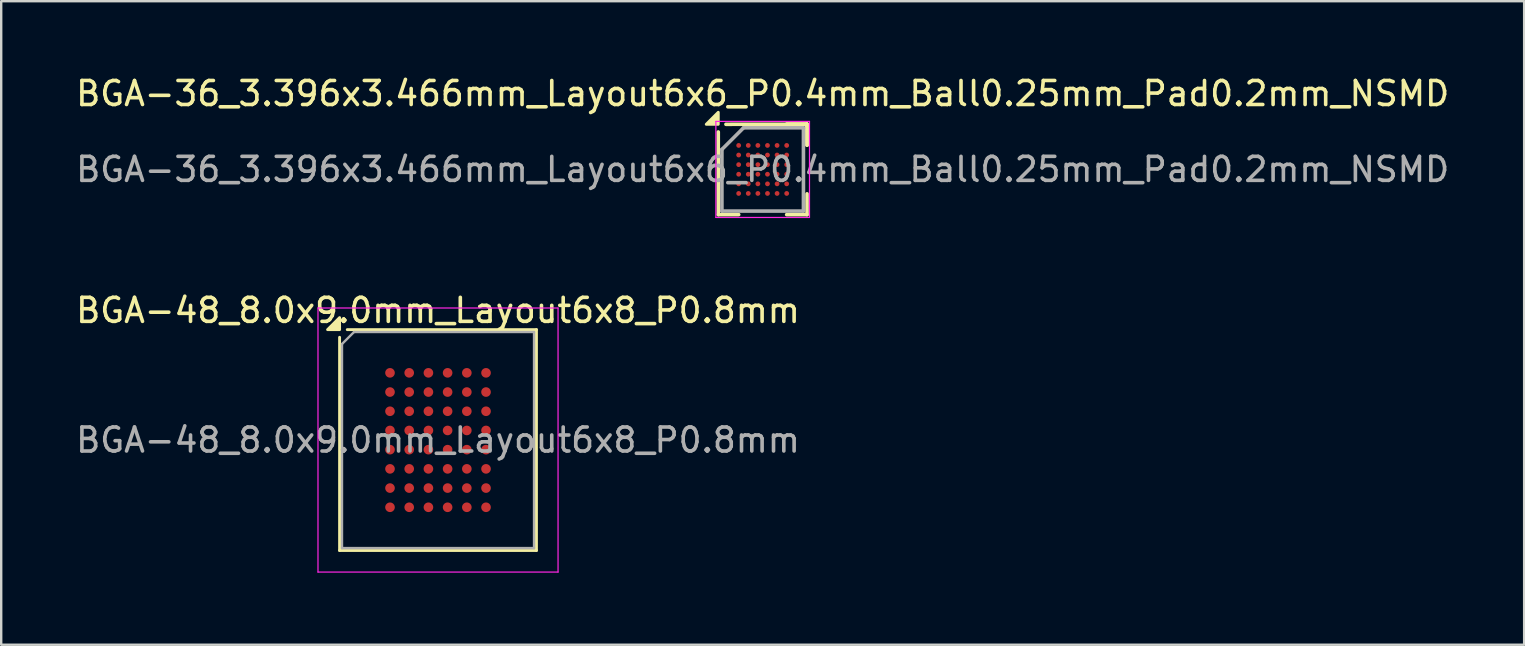
<source format=kicad_pcb>
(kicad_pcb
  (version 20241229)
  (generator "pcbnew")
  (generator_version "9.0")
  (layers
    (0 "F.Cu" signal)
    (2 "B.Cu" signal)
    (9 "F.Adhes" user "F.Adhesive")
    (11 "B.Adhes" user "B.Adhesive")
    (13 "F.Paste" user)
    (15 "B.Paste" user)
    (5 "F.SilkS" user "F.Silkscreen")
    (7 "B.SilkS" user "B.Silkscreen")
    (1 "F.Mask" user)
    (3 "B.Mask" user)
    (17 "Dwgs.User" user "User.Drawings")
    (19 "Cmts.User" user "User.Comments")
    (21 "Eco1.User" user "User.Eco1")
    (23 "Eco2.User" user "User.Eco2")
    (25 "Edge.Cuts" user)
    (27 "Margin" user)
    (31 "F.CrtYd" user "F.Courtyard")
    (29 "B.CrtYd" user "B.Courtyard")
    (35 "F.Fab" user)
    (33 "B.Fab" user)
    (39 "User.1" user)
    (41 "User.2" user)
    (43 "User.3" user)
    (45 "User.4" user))
  (footprint "BGA-36_3.396x3.466mm_Layout6x6_P0.4mm_Ball0.25mm_Pad0.2mm_NSMD"
    (layer "F.Cu")
    (at 28.72 4.008)
    (property "Reference" "BGA-36_3.396x3.466mm_Layout6x6_P0.4mm_Ball0.25mm_Pad0.2mm_NSMD" (at 0 -3.16 0) (layer "F.SilkS") (effects (font (size 1 1) (thickness 0.15))))
    (attr smd)
    (fp_line (start -1.848 1.883) (end -1.85 -1.56) (stroke (width 0.15) (type solid)) (layer "F.SilkS"))
    (fp_line (start -1.53 -1.88) (end 1.848 -1.883) (stroke (width 0.15) (type solid)) (layer "F.SilkS"))
    (fp_line (start -0.999 1.883) (end -1.848 1.883) (stroke (width 0.15) (type solid)) (layer "F.SilkS"))
    (fp_line (start 0.999 -1.883) (end 1.848 -1.883) (stroke (width 0.15) (type solid)) (layer "F.SilkS"))
    (fp_line (start 0.999 -1.883) (end 1.848 -1.883) (stroke (width 0.15) (type solid)) (layer "F.SilkS"))
    (fp_line (start 0.999 1.883) (end 1.848 1.883) (stroke (width 0.15) (type solid)) (layer "F.SilkS"))
    (fp_line (start 1.848 -1.883) (end 1.848 -1.016) (stroke (width 0.15) (type solid)) (layer "F.SilkS"))
    (fp_line (start 1.848 -1.883) (end 1.848 -1.016) (stroke (width 0.15) (type solid)) (layer "F.SilkS"))
    (fp_line (start 1.848 -1.883) (end 1.848 -1.016) (stroke (width 0.15) (type solid)) (layer "F.SilkS"))
    (fp_line (start 1.848 1.883) (end 1.848 1.016) (stroke (width 0.15) (type solid)) (layer "F.SilkS"))
    (fp_poly (pts (xy -1.85 -1.88) (xy -2.35 -1.88) (xy -1.85 -2.38) (xy -1.85 -1.88)) (stroke (width 0.12) (type solid)) (fill yes) (layer "F.SilkS"))
    (fp_line (start -1.95 -2) (end 1.95 -2) (stroke (width 0.05) (type solid)) (layer "F.CrtYd"))
    (fp_line (start -1.95 2) (end -1.95 -2) (stroke (width 0.05) (type solid)) (layer "F.CrtYd"))
    (fp_line (start 1.95 -2) (end 1.95 2) (stroke (width 0.05) (type solid)) (layer "F.CrtYd"))
    (fp_line (start 1.95 2) (end -1.95 2) (stroke (width 0.05) (type solid)) (layer "F.CrtYd"))
    (fp_line (start -1.698 -0.833) (end -1.698 1.733) (stroke (width 0.15) (type solid)) (layer "F.Fab"))
    (fp_line (start -1.698 1.733) (end 1.698 1.733) (stroke (width 0.15) (type solid)) (layer "F.Fab"))
    (fp_line (start -0.798 -1.733) (end -1.698 -0.833) (stroke (width 0.15) (type solid)) (layer "F.Fab"))
    (fp_line (start 1.698 -1.733) (end -0.798 -1.733) (stroke (width 0.15) (type solid)) (layer "F.Fab"))
    (fp_line (start 1.698 1.733) (end 1.698 -1.733) (stroke (width 0.15) (type solid)) (layer "F.Fab"))
    (fp_text user "${REFERENCE}" (at 0 0 0) (layer "F.Fab") (effects (font (size 1 1) (thickness 0.15))))
    (pad "A1" smd circle (at -1 -1) (size 0.2 0.2) (property pad_prop_bga) (layers "F.Cu" "F.Mask" "F.Paste"))
    (pad "A2" smd circle (at -0.6 -1) (size 0.2 0.2) (property pad_prop_bga) (layers "F.Cu" "F.Mask" "F.Paste"))
    (pad "A3" smd circle (at -0.2 -1) (size 0.2 0.2) (property pad_prop_bga) (layers "F.Cu" "F.Mask" "F.Paste"))
    (pad "A4" smd circle (at 0.2 -1) (size 0.2 0.2) (property pad_prop_bga) (layers "F.Cu" "F.Mask" "F.Paste"))
    (pad "A5" smd circle (at 0.6 -1) (size 0.2 0.2) (property pad_prop_bga) (layers "F.Cu" "F.Mask" "F.Paste"))
    (pad "A6" smd circle (at 1 -1) (size 0.2 0.2) (property pad_prop_bga) (layers "F.Cu" "F.Mask" "F.Paste"))
    (pad "B1" smd circle (at -1 -0.6) (size 0.2 0.2) (property pad_prop_bga) (layers "F.Cu" "F.Mask" "F.Paste"))
    (pad "B2" smd circle (at -0.6 -0.6) (size 0.2 0.2) (property pad_prop_bga) (layers "F.Cu" "F.Mask" "F.Paste"))
    (pad "B3" smd circle (at -0.2 -0.6) (size 0.2 0.2) (property pad_prop_bga) (layers "F.Cu" "F.Mask" "F.Paste"))
    (pad "B4" smd circle (at 0.2 -0.6) (size 0.2 0.2) (property pad_prop_bga) (layers "F.Cu" "F.Mask" "F.Paste"))
    (pad "B5" smd circle (at 0.6 -0.6) (size 0.2 0.2) (property pad_prop_bga) (layers "F.Cu" "F.Mask" "F.Paste"))
    (pad "B6" smd circle (at 1 -0.6) (size 0.2 0.2) (property pad_prop_bga) (layers "F.Cu" "F.Mask" "F.Paste"))
    (pad "C1" smd circle (at -1 -0.2) (size 0.2 0.2) (property pad_prop_bga) (layers "F.Cu" "F.Mask" "F.Paste"))
    (pad "C2" smd circle (at -0.6 -0.2) (size 0.2 0.2) (property pad_prop_bga) (layers "F.Cu" "F.Mask" "F.Paste"))
    (pad "C3" smd circle (at -0.2 -0.2) (size 0.2 0.2) (property pad_prop_bga) (layers "F.Cu" "F.Mask" "F.Paste"))
    (pad "C4" smd circle (at 0.2 -0.2) (size 0.2 0.2) (property pad_prop_bga) (layers "F.Cu" "F.Mask" "F.Paste"))
    (pad "C5" smd circle (at 0.6 -0.2) (size 0.2 0.2) (property pad_prop_bga) (layers "F.Cu" "F.Mask" "F.Paste"))
    (pad "C6" smd circle (at 1 -0.2) (size 0.2 0.2) (property pad_prop_bga) (layers "F.Cu" "F.Mask" "F.Paste"))
    (pad "D1" smd circle (at -1 0.2) (size 0.2 0.2) (property pad_prop_bga) (layers "F.Cu" "F.Mask" "F.Paste"))
    (pad "D2" smd circle (at -0.6 0.2) (size 0.2 0.2) (property pad_prop_bga) (layers "F.Cu" "F.Mask" "F.Paste"))
    (pad "D3" smd circle (at -0.2 0.2) (size 0.2 0.2) (property pad_prop_bga) (layers "F.Cu" "F.Mask" "F.Paste"))
    (pad "D4" smd circle (at 0.2 0.2) (size 0.2 0.2) (property pad_prop_bga) (layers "F.Cu" "F.Mask" "F.Paste"))
    (pad "D5" smd circle (at 0.6 0.2) (size 0.2 0.2) (property pad_prop_bga) (layers "F.Cu" "F.Mask" "F.Paste"))
    (pad "D6" smd circle (at 1 0.2) (size 0.2 0.2) (property pad_prop_bga) (layers "F.Cu" "F.Mask" "F.Paste"))
    (pad "E1" smd circle (at -1 0.6) (size 0.2 0.2) (property pad_prop_bga) (layers "F.Cu" "F.Mask" "F.Paste"))
    (pad "E2" smd circle (at -0.6 0.6) (size 0.2 0.2) (property pad_prop_bga) (layers "F.Cu" "F.Mask" "F.Paste"))
    (pad "E3" smd circle (at -0.2 0.6) (size 0.2 0.2) (property pad_prop_bga) (layers "F.Cu" "F.Mask" "F.Paste"))
    (pad "E4" smd circle (at 0.2 0.6) (size 0.2 0.2) (property pad_prop_bga) (layers "F.Cu" "F.Mask" "F.Paste"))
    (pad "E5" smd circle (at 0.6 0.6) (size 0.2 0.2) (property pad_prop_bga) (layers "F.Cu" "F.Mask" "F.Paste"))
    (pad "E6" smd circle (at 1 0.6) (size 0.2 0.2) (property pad_prop_bga) (layers "F.Cu" "F.Mask" "F.Paste"))
    (pad "F1" smd circle (at -1 1) (size 0.2 0.2) (property pad_prop_bga) (layers "F.Cu" "F.Mask" "F.Paste"))
    (pad "F2" smd circle (at -0.6 1) (size 0.2 0.2) (property pad_prop_bga) (layers "F.Cu" "F.Mask" "F.Paste"))
    (pad "F3" smd circle (at -0.2 1) (size 0.2 0.2) (property pad_prop_bga) (layers "F.Cu" "F.Mask" "F.Paste"))
    (pad "F4" smd circle (at 0.2 1) (size 0.2 0.2) (property pad_prop_bga) (layers "F.Cu" "F.Mask" "F.Paste"))
    (pad "F5" smd circle (at 0.6 1) (size 0.2 0.2) (property pad_prop_bga) (layers "F.Cu" "F.Mask" "F.Paste"))
    (pad "F6" smd circle (at 1 1) (size 0.2 0.2) (property pad_prop_bga) (layers "F.Cu" "F.Mask" "F.Paste")))
  (footprint "BGA-48_8.0x9.0mm_Layout6x8_P0.8mm"
    (layer "F.Cu")
    (at 15.196 15.281)
    (property "Reference" "BGA-48_8.0x9.0mm_Layout6x8_P0.8mm" (at 0 -5.4 0) (layer "F.SilkS") (effects (font (size 1 1) (thickness 0.15))))
    (attr smd)
    (fp_line (start -4.1 4.6) (end -4.1 -4.28) (stroke (width 0.12) (type solid)) (layer "F.SilkS"))
    (fp_line (start -3.78 -4.6) (end 4.1 -4.6) (stroke (width 0.12) (type solid)) (layer "F.SilkS"))
    (fp_line (start 4.1 -4.6) (end 4.1 4.6) (stroke (width 0.12) (type solid)) (layer "F.SilkS"))
    (fp_line (start 4.1 4.6) (end -4.1 4.6) (stroke (width 0.12) (type solid)) (layer "F.SilkS"))
    (fp_poly (pts (xy -4.1 -4.6) (xy -4.6 -4.6) (xy -4.1 -5.1) (xy -4.1 -4.6)) (stroke (width 0.12) (type solid)) (fill yes) (layer "F.SilkS"))
    (fp_line (start -5 -5.5) (end -5 5.5) (stroke (width 0.05) (type solid)) (layer "F.CrtYd"))
    (fp_line (start -5 -5.5) (end 5 -5.5) (stroke (width 0.05) (type solid)) (layer "F.CrtYd"))
    (fp_line (start 5 5.5) (end -5 5.5) (stroke (width 0.05) (type solid)) (layer "F.CrtYd"))
    (fp_line (start 5 5.5) (end 5 -5.5) (stroke (width 0.05) (type solid)) (layer "F.CrtYd"))
    (fp_line (start -4 -4) (end -3.5 -4.5) (stroke (width 0.1) (type solid)) (layer "F.Fab"))
    (fp_line (start -4 4.5) (end -4 -4) (stroke (width 0.1) (type solid)) (layer "F.Fab"))
    (fp_line (start -3.5 -4.5) (end 4 -4.5) (stroke (width 0.1) (type solid)) (layer "F.Fab"))
    (fp_line (start 4 -4.5) (end 4 4.5) (stroke (width 0.1) (type solid)) (layer "F.Fab"))
    (fp_line (start 4 4.5) (end -4 4.5) (stroke (width 0.1) (type solid)) (layer "F.Fab"))
    (fp_text user "${REFERENCE}" (at 0 0 0) (layer "F.Fab") (effects (font (size 1 1) (thickness 0.15))))
    (pad "A1" smd circle (at -2 -2.8) (size 0.4 0.4) (property pad_prop_bga) (layers "F.Cu" "F.Mask" "F.Paste"))
    (pad "A2" smd circle (at -1.2 -2.8) (size 0.4 0.4) (property pad_prop_bga) (layers "F.Cu" "F.Mask" "F.Paste"))
    (pad "A3" smd circle (at -0.4 -2.8) (size 0.4 0.4) (property pad_prop_bga) (layers "F.Cu" "F.Mask" "F.Paste"))
    (pad "A4" smd circle (at 0.4 -2.8) (size 0.4 0.4) (property pad_prop_bga) (layers "F.Cu" "F.Mask" "F.Paste"))
    (pad "A5" smd circle (at 1.2 -2.8) (size 0.4 0.4) (property pad_prop_bga) (layers "F.Cu" "F.Mask" "F.Paste"))
    (pad "A6" smd circle (at 2 -2.8) (size 0.4 0.4) (property pad_prop_bga) (layers "F.Cu" "F.Mask" "F.Paste"))
    (pad "B1" smd circle (at -2 -2) (size 0.4 0.4) (property pad_prop_bga) (layers "F.Cu" "F.Mask" "F.Paste"))
    (pad "B2" smd circle (at -1.2 -2) (size 0.4 0.4) (property pad_prop_bga) (layers "F.Cu" "F.Mask" "F.Paste"))
    (pad "B3" smd circle (at -0.4 -2) (size 0.4 0.4) (property pad_prop_bga) (layers "F.Cu" "F.Mask" "F.Paste"))
    (pad "B4" smd circle (at 0.4 -2) (size 0.4 0.4) (property pad_prop_bga) (layers "F.Cu" "F.Mask" "F.Paste"))
    (pad "B5" smd circle (at 1.2 -2) (size 0.4 0.4) (property pad_prop_bga) (layers "F.Cu" "F.Mask" "F.Paste"))
    (pad "B6" smd circle (at 2 -2) (size 0.4 0.4) (property pad_prop_bga) (layers "F.Cu" "F.Mask" "F.Paste"))
    (pad "C1" smd circle (at -2 -1.2) (size 0.4 0.4) (property pad_prop_bga) (layers "F.Cu" "F.Mask" "F.Paste"))
    (pad "C2" smd circle (at -1.2 -1.2) (size 0.4 0.4) (property pad_prop_bga) (layers "F.Cu" "F.Mask" "F.Paste"))
    (pad "C3" smd circle (at -0.4 -1.2) (size 0.4 0.4) (property pad_prop_bga) (layers "F.Cu" "F.Mask" "F.Paste"))
    (pad "C4" smd circle (at 0.4 -1.2) (size 0.4 0.4) (property pad_prop_bga) (layers "F.Cu" "F.Mask" "F.Paste"))
    (pad "C5" smd circle (at 1.2 -1.2) (size 0.4 0.4) (property pad_prop_bga) (layers "F.Cu" "F.Mask" "F.Paste"))
    (pad "C6" smd circle (at 2 -1.2) (size 0.4 0.4) (property pad_prop_bga) (layers "F.Cu" "F.Mask" "F.Paste"))
    (pad "D1" smd circle (at -2 -0.4) (size 0.4 0.4) (property pad_prop_bga) (layers "F.Cu" "F.Mask" "F.Paste"))
    (pad "D2" smd circle (at -1.2 -0.4) (size 0.4 0.4) (property pad_prop_bga) (layers "F.Cu" "F.Mask" "F.Paste"))
    (pad "D3" smd circle (at -0.4 -0.4) (size 0.4 0.4) (property pad_prop_bga) (layers "F.Cu" "F.Mask" "F.Paste"))
    (pad "D4" smd circle (at 0.4 -0.4) (size 0.4 0.4) (property pad_prop_bga) (layers "F.Cu" "F.Mask" "F.Paste"))
    (pad "D5" smd circle (at 1.2 -0.4) (size 0.4 0.4) (property pad_prop_bga) (layers "F.Cu" "F.Mask" "F.Paste"))
    (pad "D6" smd circle (at 2 -0.4) (size 0.4 0.4) (property pad_prop_bga) (layers "F.Cu" "F.Mask" "F.Paste"))
    (pad "E1" smd circle (at -2 0.4) (size 0.4 0.4) (property pad_prop_bga) (layers "F.Cu" "F.Mask" "F.Paste"))
    (pad "E2" smd circle (at -1.2 0.4) (size 0.4 0.4) (property pad_prop_bga) (layers "F.Cu" "F.Mask" "F.Paste"))
    (pad "E3" smd circle (at -0.4 0.4) (size 0.4 0.4) (property pad_prop_bga) (layers "F.Cu" "F.Mask" "F.Paste"))
    (pad "E4" smd circle (at 0.4 0.4) (size 0.4 0.4) (property pad_prop_bga) (layers "F.Cu" "F.Mask" "F.Paste"))
    (pad "E5" smd circle (at 1.2 0.4) (size 0.4 0.4) (property pad_prop_bga) (layers "F.Cu" "F.Mask" "F.Paste"))
    (pad "E6" smd circle (at 2 0.4) (size 0.4 0.4) (property pad_prop_bga) (layers "F.Cu" "F.Mask" "F.Paste"))
    (pad "F1" smd circle (at -2 1.2) (size 0.4 0.4) (property pad_prop_bga) (layers "F.Cu" "F.Mask" "F.Paste"))
    (pad "F2" smd circle (at -1.2 1.2) (size 0.4 0.4) (property pad_prop_bga) (layers "F.Cu" "F.Mask" "F.Paste"))
    (pad "F3" smd circle (at -0.4 1.2) (size 0.4 0.4) (property pad_prop_bga) (layers "F.Cu" "F.Mask" "F.Paste"))
    (pad "F4" smd circle (at 0.4 1.2) (size 0.4 0.4) (property pad_prop_bga) (layers "F.Cu" "F.Mask" "F.Paste"))
    (pad "F5" smd circle (at 1.2 1.2) (size 0.4 0.4) (property pad_prop_bga) (layers "F.Cu" "F.Mask" "F.Paste"))
    (pad "F6" smd circle (at 2 1.2) (size 0.4 0.4) (property pad_prop_bga) (layers "F.Cu" "F.Mask" "F.Paste"))
    (pad "G1" smd circle (at -2 2) (size 0.4 0.4) (property pad_prop_bga) (layers "F.Cu" "F.Mask" "F.Paste"))
    (pad "G2" smd circle (at -1.2 2) (size 0.4 0.4) (property pad_prop_bga) (layers "F.Cu" "F.Mask" "F.Paste"))
    (pad "G3" smd circle (at -0.4 2) (size 0.4 0.4) (property pad_prop_bga) (layers "F.Cu" "F.Mask" "F.Paste"))
    (pad "G4" smd circle (at 0.4 2) (size 0.4 0.4) (property pad_prop_bga) (layers "F.Cu" "F.Mask" "F.Paste"))
    (pad "G5" smd circle (at 1.2 2) (size 0.4 0.4) (property pad_prop_bga) (layers "F.Cu" "F.Mask" "F.Paste"))
    (pad "G6" smd circle (at 2 2) (size 0.4 0.4) (property pad_prop_bga) (layers "F.Cu" "F.Mask" "F.Paste"))
    (pad "H1" smd circle (at -2 2.8) (size 0.4 0.4) (property pad_prop_bga) (layers "F.Cu" "F.Mask" "F.Paste"))
    (pad "H2" smd circle (at -1.2 2.8) (size 0.4 0.4) (property pad_prop_bga) (layers "F.Cu" "F.Mask" "F.Paste"))
    (pad "H3" smd circle (at -0.4 2.8) (size 0.4 0.4) (property pad_prop_bga) (layers "F.Cu" "F.Mask" "F.Paste"))
    (pad "H4" smd circle (at 0.4 2.8) (size 0.4 0.4) (property pad_prop_bga) (layers "F.Cu" "F.Mask" "F.Paste"))
    (pad "H5" smd circle (at 1.2 2.8) (size 0.4 0.4) (property pad_prop_bga) (layers "F.Cu" "F.Mask" "F.Paste"))
    (pad "H6" smd circle (at 2 2.8) (size 0.4 0.4) (property pad_prop_bga) (layers "F.Cu" "F.Mask" "F.Paste")))
  (gr_rect
    (start -3 -3)
    (end 60.44 23.806)
    (stroke (width 0.1) (type default))
    (fill no)
    (layer "Edge.Cuts")))
</source>
